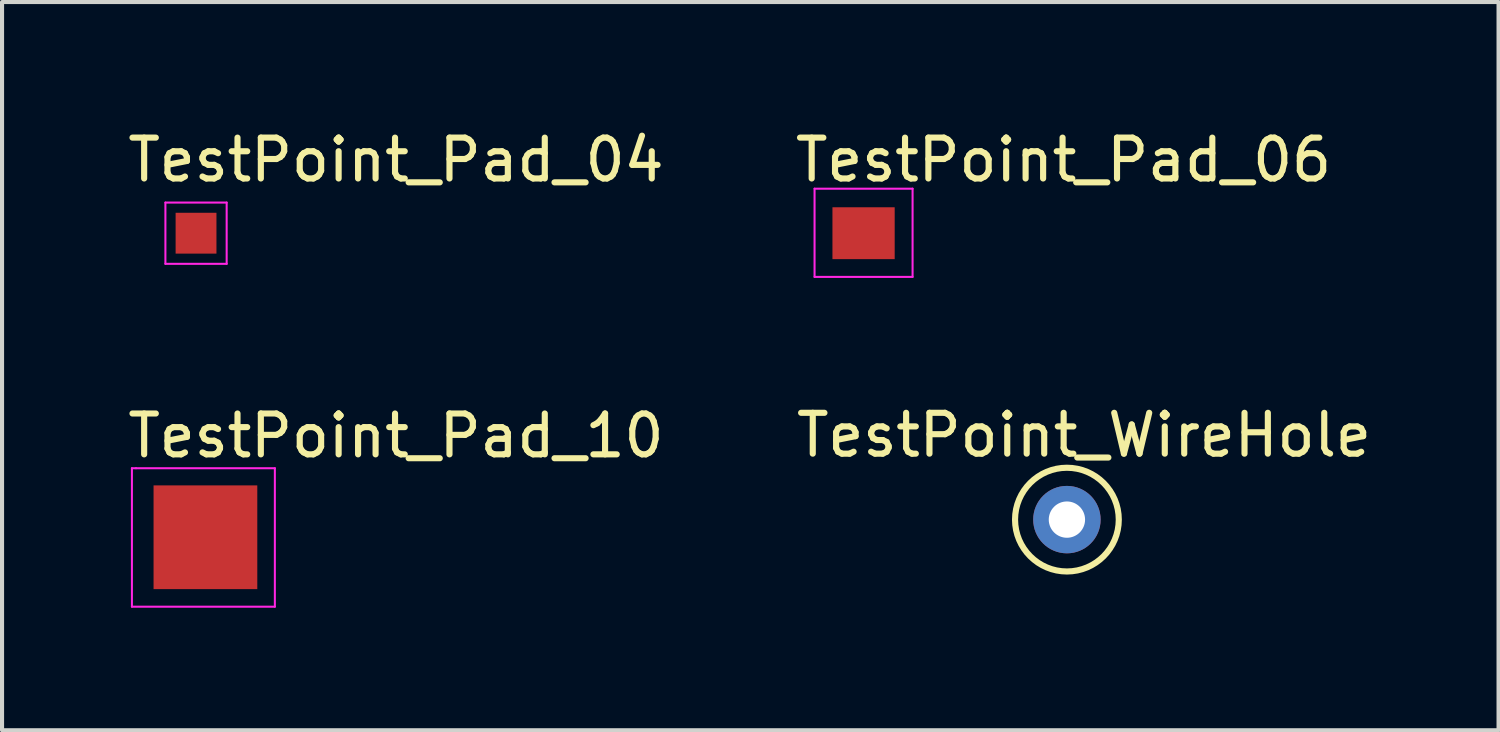
<source format=kicad_pcb>
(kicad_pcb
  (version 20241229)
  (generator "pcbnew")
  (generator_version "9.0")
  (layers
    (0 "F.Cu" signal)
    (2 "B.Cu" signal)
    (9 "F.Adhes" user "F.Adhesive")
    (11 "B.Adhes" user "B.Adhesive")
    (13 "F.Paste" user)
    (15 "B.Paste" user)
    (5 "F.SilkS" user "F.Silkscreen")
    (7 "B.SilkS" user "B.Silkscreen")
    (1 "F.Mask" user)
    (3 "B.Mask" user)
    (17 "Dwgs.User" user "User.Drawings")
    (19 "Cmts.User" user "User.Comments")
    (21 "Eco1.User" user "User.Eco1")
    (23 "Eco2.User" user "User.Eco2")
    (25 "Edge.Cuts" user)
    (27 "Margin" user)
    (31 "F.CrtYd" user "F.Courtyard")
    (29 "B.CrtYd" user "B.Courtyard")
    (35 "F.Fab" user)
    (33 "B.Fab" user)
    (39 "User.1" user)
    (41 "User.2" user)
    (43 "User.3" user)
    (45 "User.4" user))
  (footprint "TestPoint_WireHole"
    (layer "F.Cu")
    (at 23.074 9.673)
    (property "Reference" "TestPoint_WireHole" (at 0.42 -2.07 0) (layer "F.SilkS") (effects (font (size 1 1) (thickness 0.15))))
    (attr through_hole)
    (fp_circle (center 0 0) (end 0 -1.27) (stroke (width 0.15) (type solid)) (fill no) (layer "F.SilkS"))
    (pad "1" thru_hole circle (at 0 0) (size 1.651 1.651) (drill 0.889) (layers "*.Cu" "*.Mask")))
  (footprint "TestPoint_Pad_04"
    (layer "F.Cu")
    (at 1.75 2.66)
    (property "Reference" "TestPoint_Pad_04" (at -1.75 -1.21 0) (layer "F.SilkS") (effects (font (size 1 1) (thickness 0.15)) (justify left bottom)))
    (attr through_hole)
    (fp_line (start -0.75 -0.75) (end -0.75 0.75) (stroke (width 0.05) (type solid)) (layer "F.CrtYd"))
    (fp_line (start -0.75 -0.75) (end 0.75 -0.75) (stroke (width 0.05) (type solid)) (layer "F.CrtYd"))
    (fp_line (start -0.75 0.75) (end 0.75 0.75) (stroke (width 0.05) (type solid)) (layer "F.CrtYd"))
    (fp_line (start 0.75 -0.75) (end 0.75 0.75) (stroke (width 0.05) (type solid)) (layer "F.CrtYd"))
    (pad "1" smd rect (at 0 0) (size 1 1) (layers "F.Cu" "F.Mask" "F.Paste")))
  (footprint "TestPoint_Pad_10"
    (layer "F.Cu")
    (at 1.98 10.105)
    (property "Reference" "TestPoint_Pad_10" (at -1.98 -1.9 0) (layer "F.SilkS") (effects (font (size 1 1) (thickness 0.15)) (justify left bottom)))
    (attr through_hole)
    (fp_line (start -1.8 -1.69) (end -1.7 -1.69) (stroke (width 0.05) (type solid)) (layer "F.CrtYd"))
    (fp_line (start -1.8 1.7) (end -1.8 -1.69) (stroke (width 0.05) (type solid)) (layer "F.CrtYd"))
    (fp_line (start -1.7 -1.69) (end 1.7 -1.69) (stroke (width 0.05) (type solid)) (layer "F.CrtYd"))
    (fp_line (start 1.7 -1.69) (end 1.7 1.7) (stroke (width 0.05) (type solid)) (layer "F.CrtYd"))
    (fp_line (start 1.7 1.7) (end -1.8 1.7) (stroke (width 0.05) (type solid)) (layer "F.CrtYd"))
    (pad "1" smd rect (at 0 0) (size 2.54 2.54) (layers "F.Cu" "F.Mask" "F.Paste")))
  (footprint "TestPoint_Pad_06"
    (layer "F.Cu")
    (at 18.095 2.66)
    (property "Reference" "TestPoint_Pad_06" (at -1.75 -1.21 0) (layer "F.SilkS") (effects (font (size 1 1) (thickness 0.15)) (justify left bottom)))
    (attr through_hole)
    (fp_line (start -1.2 -1.09) (end 1.2 -1.09) (stroke (width 0.05) (type solid)) (layer "F.CrtYd"))
    (fp_line (start -1.2 1.07) (end -1.2 -1.09) (stroke (width 0.05) (type solid)) (layer "F.CrtYd"))
    (fp_line (start 1.2 -1.09) (end 1.2 1.07) (stroke (width 0.05) (type solid)) (layer "F.CrtYd"))
    (fp_line (start 1.2 1.07) (end -1.2 1.07) (stroke (width 0.05) (type solid)) (layer "F.CrtYd"))
    (pad "1" smd rect (at 0 0) (size 1.524 1.27) (layers "F.Cu" "F.Mask" "F.Paste")))
  (gr_rect
    (start -3 -3)
    (end 33.643 14.83)
    (stroke (width 0.1) (type default))
    (fill no)
    (layer "Edge.Cuts")))
</source>
